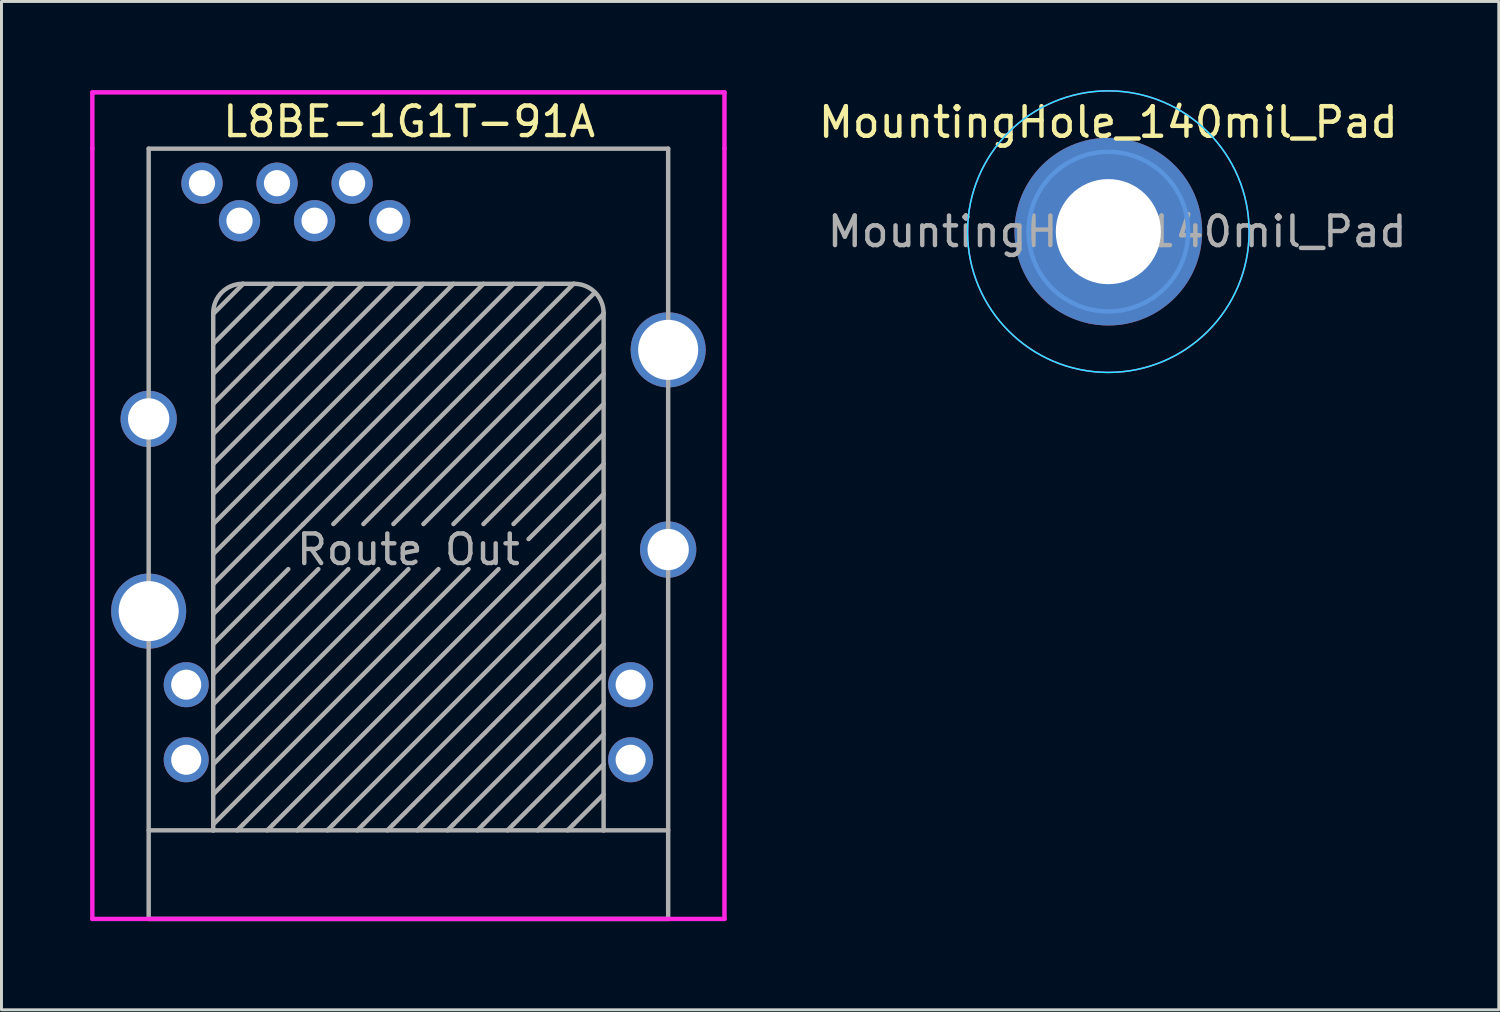
<source format=kicad_pcb>
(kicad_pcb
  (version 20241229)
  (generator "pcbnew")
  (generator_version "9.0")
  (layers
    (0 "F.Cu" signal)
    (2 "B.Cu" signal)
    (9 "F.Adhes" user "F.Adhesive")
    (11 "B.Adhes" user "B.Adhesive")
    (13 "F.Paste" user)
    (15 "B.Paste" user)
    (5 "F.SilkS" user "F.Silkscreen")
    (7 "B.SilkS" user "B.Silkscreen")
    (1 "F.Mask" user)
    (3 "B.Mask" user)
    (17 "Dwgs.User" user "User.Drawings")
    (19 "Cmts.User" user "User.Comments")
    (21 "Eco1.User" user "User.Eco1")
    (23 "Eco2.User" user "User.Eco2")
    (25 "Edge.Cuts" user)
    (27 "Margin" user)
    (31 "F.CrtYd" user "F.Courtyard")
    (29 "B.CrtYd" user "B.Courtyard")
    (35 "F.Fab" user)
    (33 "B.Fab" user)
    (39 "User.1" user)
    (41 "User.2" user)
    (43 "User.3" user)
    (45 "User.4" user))
  (footprint "MountingHole_140mil_Pad"
    (layer "F.Cu")
    (at 34.448 4.787)
    (property "Reference" "MountingHole_140mil_Pad" (at 0 -3.7 0) (layer "F.SilkS") (effects (font (size 1 1) (thickness 0.15))))
    (attr exclude_from_pos_files exclude_from_bom)
    (fp_circle (center 0 0) (end 2.7 0) (stroke (width 0.15) (type solid)) (fill no) (layer "Cmts.User"))
    (fp_circle (center 0 0) (end 4.763 0) (stroke (width 0.05) (type solid)) (fill no) (layer "B.CrtYd"))
    (fp_circle (center 0 0) (end 4.763 0) (stroke (width 0.05) (type solid)) (fill no) (layer "F.CrtYd"))
    (fp_text user "${REFERENCE}" (at 0.3 0 0) (layer "F.Fab") (effects (font (size 1 1) (thickness 0.15))))
    (pad "1" thru_hole circle (at 0 0) (size 6.35 6.35) (drill 3.556) (layers "*.Cu" "*.Mask")))
  (footprint "L8BE-1G1T-91A"
    (layer "F.Cu")
    (at 10.768 25.043)
    (property "Reference" "L8BE-1G1T-91A" (at 0.025 -23.978 0) (layer "F.SilkS") (effects (font (size 1 1) (thickness 0.15))))
    (attr through_hole)
    (fp_line (start -10.693 -24.968) (end -10.693 -23.063) (stroke (width 0.15) (type solid)) (layer "F.CrtYd"))
    (fp_line (start -10.693 -23.063) (end -10.693 2.997) (stroke (width 0.15) (type solid)) (layer "F.CrtYd"))
    (fp_line (start -10.693 2.997) (end 10.693 2.997) (stroke (width 0.15) (type solid)) (layer "F.CrtYd"))
    (fp_line (start 10.693 -24.968) (end -10.693 -24.968) (stroke (width 0.15) (type solid)) (layer "F.CrtYd"))
    (fp_line (start 10.693 -23.063) (end 10.693 -24.968) (stroke (width 0.15) (type solid)) (layer "F.CrtYd"))
    (fp_line (start 10.693 2.997) (end 10.693 -23.063) (stroke (width 0.15) (type solid)) (layer "F.CrtYd"))
    (fp_line (start -8.788 -23.063) (end 8.788 -23.063) (stroke (width 0.15) (type solid)) (layer "F.Fab"))
    (fp_line (start -8.788 2.997) (end -8.788 -23.063) (stroke (width 0.15) (type solid)) (layer "F.Fab"))
    (fp_line (start -6.604 -17.501) (end -6.604 0) (stroke (width 0.15) (type solid)) (layer "F.Fab"))
    (fp_line (start -6.604 -7.315) (end -3.556 -10.363) (stroke (width 0.15) (type solid)) (layer "F.Fab"))
    (fp_line (start -6.604 -6.299) (end -4.064 -8.839) (stroke (width 0.15) (type solid)) (layer "F.Fab"))
    (fp_line (start -6.604 -5.283) (end -3.048 -8.839) (stroke (width 0.15) (type solid)) (layer "F.Fab"))
    (fp_line (start -6.604 -4.267) (end -2.032 -8.839) (stroke (width 0.15) (type solid)) (layer "F.Fab"))
    (fp_line (start -6.604 -3.251) (end -1.016 -8.839) (stroke (width 0.15) (type solid)) (layer "F.Fab"))
    (fp_line (start -6.604 -2.235) (end 0 -8.839) (stroke (width 0.15) (type solid)) (layer "F.Fab"))
    (fp_line (start -6.604 -1.219) (end 1.016 -8.839) (stroke (width 0.15) (type solid)) (layer "F.Fab"))
    (fp_line (start -6.604 -0.203) (end 2.032 -8.839) (stroke (width 0.15) (type solid)) (layer "F.Fab"))
    (fp_line (start -6.604 0) (end -8.788 0) (stroke (width 0.15) (type solid)) (layer "F.Fab"))
    (fp_line (start -6.604 0) (end 6.604 0) (stroke (width 0.15) (type solid)) (layer "F.Fab"))
    (fp_line (start -5.613 -18.491) (end 5.613 -18.491) (stroke (width 0.15) (type solid)) (layer "F.Fab"))
    (fp_line (start -5.588 -18.491) (end -6.604 -17.475) (stroke (width 0.15) (type solid)) (layer "F.Fab"))
    (fp_line (start -5.588 -0.203) (end -5.791 0) (stroke (width 0.15) (type solid)) (layer "F.Fab"))
    (fp_line (start -5.588 -0.203) (end 3.048 -8.839) (stroke (width 0.15) (type solid)) (layer "F.Fab"))
    (fp_line (start -4.572 -18.491) (end -6.604 -16.459) (stroke (width 0.15) (type solid)) (layer "F.Fab"))
    (fp_line (start -4.572 -0.203) (end -4.775 0) (stroke (width 0.15) (type solid)) (layer "F.Fab"))
    (fp_line (start -4.572 -0.203) (end 4.064 -8.839) (stroke (width 0.15) (type solid)) (layer "F.Fab"))
    (fp_line (start -3.556 -18.491) (end -6.604 -15.443) (stroke (width 0.15) (type solid)) (layer "F.Fab"))
    (fp_line (start -3.556 -10.363) (end 4.572 -18.491) (stroke (width 0.15) (type solid)) (layer "F.Fab"))
    (fp_line (start -3.556 -0.203) (end -3.759 0) (stroke (width 0.15) (type solid)) (layer "F.Fab"))
    (fp_line (start -2.54 -18.491) (end -6.604 -14.427) (stroke (width 0.15) (type solid)) (layer "F.Fab"))
    (fp_line (start -2.54 -10.363) (end 5.588 -18.491) (stroke (width 0.15) (type solid)) (layer "F.Fab"))
    (fp_line (start -2.54 -0.203) (end -2.743 0) (stroke (width 0.15) (type solid)) (layer "F.Fab"))
    (fp_line (start -1.524 -18.491) (end -6.604 -13.411) (stroke (width 0.15) (type solid)) (layer "F.Fab"))
    (fp_line (start -1.524 -10.363) (end 6.299 -18.186) (stroke (width 0.15) (type solid)) (layer "F.Fab"))
    (fp_line (start -1.524 -0.203) (end -1.727 0) (stroke (width 0.15) (type solid)) (layer "F.Fab"))
    (fp_line (start -0.508 -18.491) (end -6.604 -12.395) (stroke (width 0.15) (type solid)) (layer "F.Fab"))
    (fp_line (start -0.508 -0.203) (end -0.711 0) (stroke (width 0.15) (type solid)) (layer "F.Fab"))
    (fp_line (start 0.508 -18.491) (end -6.604 -11.379) (stroke (width 0.15) (type solid)) (layer "F.Fab"))
    (fp_line (start 0.508 -10.363) (end 6.604 -16.459) (stroke (width 0.15) (type solid)) (layer "F.Fab"))
    (fp_line (start 0.508 -0.203) (end 0.305 0) (stroke (width 0.15) (type solid)) (layer "F.Fab"))
    (fp_line (start 1.524 -18.491) (end -6.604 -10.363) (stroke (width 0.15) (type solid)) (layer "F.Fab"))
    (fp_line (start 1.524 -0.203) (end 1.321 0) (stroke (width 0.15) (type solid)) (layer "F.Fab"))
    (fp_line (start 2.54 -18.491) (end -6.604 -9.347) (stroke (width 0.15) (type solid)) (layer "F.Fab"))
    (fp_line (start 2.54 -0.203) (end 2.337 0) (stroke (width 0.15) (type solid)) (layer "F.Fab"))
    (fp_line (start 3.556 -18.491) (end -6.604 -8.331) (stroke (width 0.15) (type solid)) (layer "F.Fab"))
    (fp_line (start 3.556 -0.203) (end 3.353 0) (stroke (width 0.15) (type solid)) (layer "F.Fab"))
    (fp_line (start 4.572 -0.203) (end 4.369 0) (stroke (width 0.15) (type solid)) (layer "F.Fab"))
    (fp_line (start 5.588 -0.203) (end 5.385 0) (stroke (width 0.15) (type solid)) (layer "F.Fab"))
    (fp_line (start 6.604 -17.501) (end 6.604 0) (stroke (width 0.15) (type solid)) (layer "F.Fab"))
    (fp_line (start 6.604 -17.475) (end -0.508 -10.363) (stroke (width 0.15) (type solid)) (layer "F.Fab"))
    (fp_line (start 6.604 -15.443) (end 1.524 -10.363) (stroke (width 0.15) (type solid)) (layer "F.Fab"))
    (fp_line (start 6.604 -14.427) (end 2.54 -10.363) (stroke (width 0.15) (type solid)) (layer "F.Fab"))
    (fp_line (start 6.604 -13.411) (end 3.556 -10.363) (stroke (width 0.15) (type solid)) (layer "F.Fab"))
    (fp_line (start 6.604 -12.395) (end 4.064 -9.855) (stroke (width 0.15) (type solid)) (layer "F.Fab"))
    (fp_line (start 6.604 -11.379) (end 4.064 -8.839) (stroke (width 0.15) (type solid)) (layer "F.Fab"))
    (fp_line (start 6.604 -10.363) (end -3.556 -0.203) (stroke (width 0.15) (type solid)) (layer "F.Fab"))
    (fp_line (start 6.604 -9.347) (end -2.54 -0.203) (stroke (width 0.15) (type solid)) (layer "F.Fab"))
    (fp_line (start 6.604 -8.331) (end -1.524 -0.203) (stroke (width 0.15) (type solid)) (layer "F.Fab"))
    (fp_line (start 6.604 -7.315) (end -0.508 -0.203) (stroke (width 0.15) (type solid)) (layer "F.Fab"))
    (fp_line (start 6.604 -6.299) (end 0.508 -0.203) (stroke (width 0.15) (type solid)) (layer "F.Fab"))
    (fp_line (start 6.604 -5.283) (end 1.524 -0.203) (stroke (width 0.15) (type solid)) (layer "F.Fab"))
    (fp_line (start 6.604 -4.267) (end 2.54 -0.203) (stroke (width 0.15) (type solid)) (layer "F.Fab"))
    (fp_line (start 6.604 -3.251) (end 3.556 -0.203) (stroke (width 0.15) (type solid)) (layer "F.Fab"))
    (fp_line (start 6.604 -2.235) (end 4.572 -0.203) (stroke (width 0.15) (type solid)) (layer "F.Fab"))
    (fp_line (start 6.604 -1.219) (end 5.588 -0.203) (stroke (width 0.15) (type solid)) (layer "F.Fab"))
    (fp_line (start 6.604 0) (end 8.788 0) (stroke (width 0.15) (type solid)) (layer "F.Fab"))
    (fp_line (start 8.788 2.997) (end -8.788 2.997) (stroke (width 0.15) (type solid)) (layer "F.Fab"))
    (fp_line (start 8.788 2.997) (end 8.788 -23.063) (stroke (width 0.15) (type solid)) (layer "F.Fab"))
    (fp_arc (start -6.604 -17.5006) (mid -6.31386 -18.20106) (end -5.6134 -18.4912) (stroke (width 0.15) (type solid)) (layer "F.Fab"))
    (fp_arc (start 5.6134 -18.4912) (mid 6.31386 -18.20106) (end 6.604 -17.5006) (stroke (width 0.15) (type solid)) (layer "F.Fab"))
    (fp_text user "Route Out" (at 0 -9.5 0) (layer "F.Fab") (effects (font (size 1 1) (thickness 0.15))))
    (pad "4" thru_hole circle (at -0.635 -20.625) (size 1.397 1.397) (drill 0.889) (layers "*.Cu" "*.Mask"))
    (pad "5" thru_hole circle (at -3.175 -20.625) (size 1.397 1.397) (drill 0.889) (layers "*.Cu" "*.Mask"))
    (pad "6" thru_hole circle (at -5.715 -20.625) (size 1.397 1.397) (drill 0.889) (layers "*.Cu" "*.Mask"))
    (pad "10" thru_hole circle (at -1.905 -21.895) (size 1.397 1.397) (drill 0.889) (layers "*.Cu" "*.Mask"))
    (pad "11" thru_hole circle (at -4.445 -21.895) (size 1.397 1.397) (drill 0.889) (layers "*.Cu" "*.Mask"))
    (pad "12" thru_hole circle (at -6.985 -21.895) (size 1.397 1.397) (drill 0.889) (layers "*.Cu" "*.Mask"))
    (pad "13" thru_hole circle (at 7.518 -4.928) (size 1.524 1.524) (drill 1.016) (layers "*.Cu" "*.Mask"))
    (pad "14" thru_hole circle (at 7.518 -2.388) (size 1.524 1.524) (drill 1.016) (layers "*.Cu" "*.Mask"))
    (pad "15" thru_hole circle (at -7.518 -4.928) (size 1.524 1.524) (drill 1.016) (layers "*.Cu" "*.Mask"))
    (pad "16" thru_hole circle (at -7.518 -2.388) (size 1.524 1.524) (drill 1.016) (layers "*.Cu" "*.Mask"))
    (pad "17" thru_hole circle (at 8.788 -16.256) (size 2.54 2.54) (drill 2.032) (layers "*.Cu" "*.Mask"))
    (pad "18" thru_hole circle (at -8.788 -13.919) (size 1.905 1.905) (drill 1.397) (layers "*.Cu" "*.Mask"))
    (pad "19" thru_hole circle (at 8.788 -9.5) (size 1.905 1.905) (drill 1.397) (layers "*.Cu" "*.Mask"))
    (pad "20" thru_hole circle (at -8.788 -7.417) (size 2.54 2.54) (drill 2.032) (layers "*.Cu" "*.Mask")))
  (gr_rect
    (start -3 -3)
    (end 47.658 31.115)
    (stroke (width 0.1) (type default))
    (fill no)
    (layer "Edge.Cuts")))
</source>
